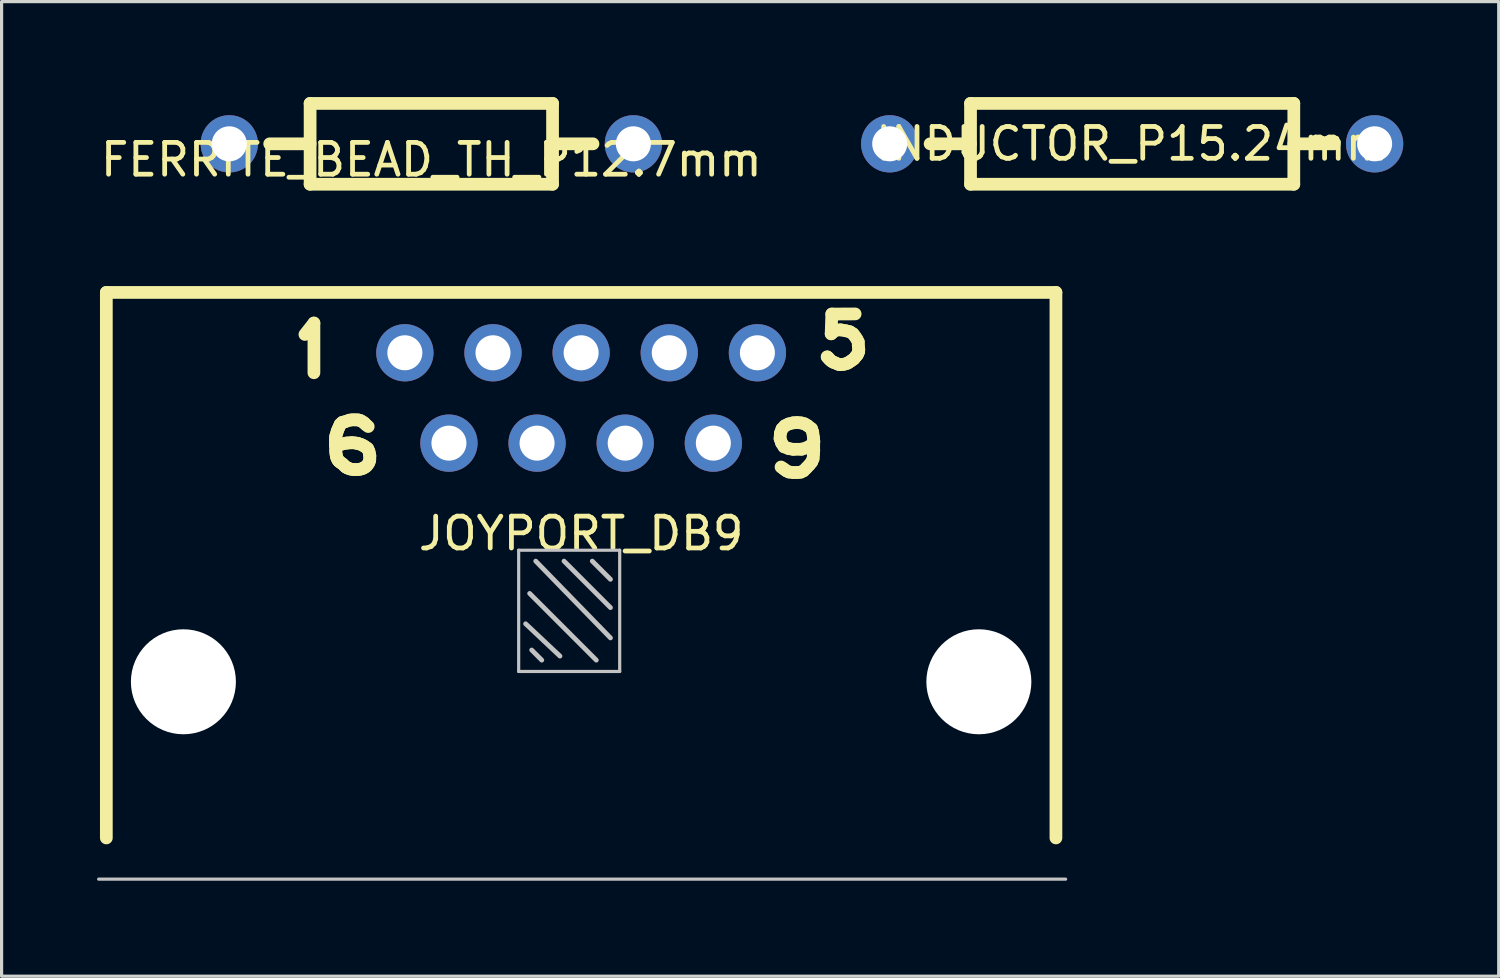
<source format=kicad_pcb>
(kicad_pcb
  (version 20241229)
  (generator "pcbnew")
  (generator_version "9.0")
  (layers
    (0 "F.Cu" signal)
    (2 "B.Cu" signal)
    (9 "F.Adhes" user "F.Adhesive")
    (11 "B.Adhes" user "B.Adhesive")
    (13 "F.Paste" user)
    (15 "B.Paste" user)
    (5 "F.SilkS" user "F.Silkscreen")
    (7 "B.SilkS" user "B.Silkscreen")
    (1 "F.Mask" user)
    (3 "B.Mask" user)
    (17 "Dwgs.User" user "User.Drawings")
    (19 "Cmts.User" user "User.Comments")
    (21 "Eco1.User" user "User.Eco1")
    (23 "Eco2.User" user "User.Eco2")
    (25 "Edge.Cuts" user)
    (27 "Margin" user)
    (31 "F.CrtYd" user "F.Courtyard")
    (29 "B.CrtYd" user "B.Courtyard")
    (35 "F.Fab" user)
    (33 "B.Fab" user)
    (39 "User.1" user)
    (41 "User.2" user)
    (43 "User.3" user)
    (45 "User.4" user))
  (footprint "INDUCTOR_P15.24mm"
    (layer "F.Cu")
    (at 24.912 1.47)
    (property "Reference" "INDUCTOR_P15.24mm" (at 7.62 0 0) (layer "F.SilkS") (effects (font (size 1 1) (thickness 0.15))))
    (attr through_hole)
    (fp_line (start 1.27 0) (end 2.54 0) (stroke (width 0.4) (type solid)) (layer "F.SilkS"))
    (fp_line (start 2.54 -1.27) (end 2.54 1.27) (stroke (width 0.4) (type solid)) (layer "F.SilkS"))
    (fp_line (start 2.54 -1.27) (end 12.7 -1.27) (stroke (width 0.4) (type solid)) (layer "F.SilkS"))
    (fp_line (start 2.54 1.27) (end 12.7 1.27) (stroke (width 0.4) (type solid)) (layer "F.SilkS"))
    (fp_line (start 12.7 -1.27) (end 12.7 1.27) (stroke (width 0.4) (type solid)) (layer "F.SilkS"))
    (fp_line (start 12.7 0) (end 13.97 0) (stroke (width 0.4) (type solid)) (layer "F.SilkS"))
    (pad "1" thru_hole circle (at 0 0) (size 1.8 1.8) (drill 1.1) (layers "*.Cu" "*.Mask"))
    (pad "2" thru_hole circle (at 15.24 0) (size 1.8 1.8) (drill 1.1) (layers "*.Cu" "*.Mask")))
  (footprint "FERRITE_BEAD_TH_P12.7mm"
    (layer "F.Cu")
    (at 10.506 1.47)
    (property "Reference" "FERRITE_BEAD_TH_P12.7mm" (at 0 0.5 0) (layer "F.SilkS") (effects (font (size 1 1) (thickness 0.15))))
    (attr through_hole)
    (fp_line (start -5.08 0) (end -3.81 0) (stroke (width 0.4) (type solid)) (layer "F.SilkS"))
    (fp_line (start -3.81 -1.27) (end 3.81 -1.27) (stroke (width 0.4) (type solid)) (layer "F.SilkS"))
    (fp_line (start -3.81 1.27) (end -3.81 -1.27) (stroke (width 0.4) (type solid)) (layer "F.SilkS"))
    (fp_line (start 3.81 -1.27) (end 3.81 1.27) (stroke (width 0.4) (type solid)) (layer "F.SilkS"))
    (fp_line (start 3.81 0) (end 5.08 0) (stroke (width 0.4) (type solid)) (layer "F.SilkS"))
    (fp_line (start 3.81 1.27) (end -3.81 1.27) (stroke (width 0.4) (type solid)) (layer "F.SilkS"))
    (pad "1" thru_hole circle (at -6.35 0) (size 1.8 1.8) (drill 1.1) (layers "*.Cu" "*.Mask"))
    (pad "2" thru_hole circle (at 6.35 0) (size 1.8 1.8) (drill 1.1) (layers "*.Cu" "*.Mask")))
  (footprint "JOYPORT_DB9"
    (layer "F.Cu")
    (at 15.214 10.877)
    (property "Reference" "JOYPORT_DB9" (at 0 2.84 0) (layer "F.SilkS") (effects (font (size 1 1) (thickness 0.15))))
    (attr through_hole)
    (fp_line (start -14.922 -4.737) (end -14.922 12.408) (stroke (width 0.4) (type solid)) (layer "F.SilkS"))
    (fp_line (start -8.681 -3.416) (end -8.398 -3.774) (stroke (width 0.4) (type solid)) (layer "F.SilkS"))
    (fp_line (start -8.398 -3.774) (end -8.398 -2.212) (stroke (width 0.4) (type solid)) (layer "F.SilkS"))
    (fp_line (start -7.72 -0.107) (end -7.718 -0.056) (stroke (width 0.4) (type solid)) (layer "F.SilkS"))
    (fp_line (start -7.72 0.074) (end -7.712 0.23) (stroke (width 0.4) (type solid)) (layer "F.SilkS"))
    (fp_line (start -7.718 -0.176) (end -7.72 -0.107) (stroke (width 0.4) (type solid)) (layer "F.SilkS"))
    (fp_line (start -7.718 -0.056) (end -7.718 0.036) (stroke (width 0.4) (type solid)) (layer "F.SilkS"))
    (fp_line (start -7.718 0.036) (end -7.72 0.074) (stroke (width 0.4) (type solid)) (layer "F.SilkS"))
    (fp_line (start -7.712 0.23) (end -7.707 0.302) (stroke (width 0.4) (type solid)) (layer "F.SilkS"))
    (fp_line (start -7.707 -0.239) (end -7.718 -0.176) (stroke (width 0.4) (type solid)) (layer "F.SilkS"))
    (fp_line (start -7.707 0.302) (end -7.699 0.369) (stroke (width 0.4) (type solid)) (layer "F.SilkS"))
    (fp_line (start -7.699 0.369) (end -7.685 0.438) (stroke (width 0.4) (type solid)) (layer "F.SilkS"))
    (fp_line (start -7.685 0.438) (end -7.667 0.48) (stroke (width 0.4) (type solid)) (layer "F.SilkS"))
    (fp_line (start -7.676 -0.324) (end -7.707 -0.239) (stroke (width 0.4) (type solid)) (layer "F.SilkS"))
    (fp_line (start -7.667 -0.377) (end -7.676 -0.324) (stroke (width 0.4) (type solid)) (layer "F.SilkS"))
    (fp_line (start -7.667 0.48) (end -7.641 0.534) (stroke (width 0.4) (type solid)) (layer "F.SilkS"))
    (fp_line (start -7.641 0.534) (end -7.609 0.573) (stroke (width 0.4) (type solid)) (layer "F.SilkS"))
    (fp_line (start -7.633 -0.453) (end -7.667 -0.377) (stroke (width 0.4) (type solid)) (layer "F.SilkS"))
    (fp_line (start -7.609 0.573) (end -7.571 0.602) (stroke (width 0.4) (type solid)) (layer "F.SilkS"))
    (fp_line (start -7.602 -0.52) (end -7.633 -0.453) (stroke (width 0.4) (type solid)) (layer "F.SilkS"))
    (fp_line (start -7.573 -0.591) (end -7.602 -0.52) (stroke (width 0.4) (type solid)) (layer "F.SilkS"))
    (fp_line (start -7.571 0.602) (end -7.517 0.639) (stroke (width 0.4) (type solid)) (layer "F.SilkS"))
    (fp_line (start -7.517 0.639) (end -7.479 0.67) (stroke (width 0.4) (type solid)) (layer "F.SilkS"))
    (fp_line (start -7.508 -0.652) (end -7.573 -0.591) (stroke (width 0.4) (type solid)) (layer "F.SilkS"))
    (fp_line (start -7.498 0.022) (end -7.587 0.058) (stroke (width 0.4) (type solid)) (layer "F.SilkS"))
    (fp_line (start -7.479 0.67) (end -7.431 0.719) (stroke (width 0.4) (type solid)) (layer "F.SilkS"))
    (fp_line (start -7.431 0.719) (end -7.397 0.75) (stroke (width 0.4) (type solid)) (layer "F.SilkS"))
    (fp_line (start -7.42 -0.674) (end -7.508 -0.652) (stroke (width 0.4) (type solid)) (layer "F.SilkS"))
    (fp_line (start -7.397 0.75) (end -7.357 0.773) (stroke (width 0.4) (type solid)) (layer "F.SilkS"))
    (fp_line (start -7.391 -0.0001) (end -7.498 0.022) (stroke (width 0.4) (type solid)) (layer "F.SilkS"))
    (fp_line (start -7.357 0.773) (end -7.312 0.793) (stroke (width 0.4) (type solid)) (layer "F.SilkS"))
    (fp_line (start -7.334 -0.005) (end -7.391 -0.0001) (stroke (width 0.4) (type solid)) (layer "F.SilkS"))
    (fp_line (start -7.312 0.793) (end -7.239 0.817) (stroke (width 0.4) (type solid)) (layer "F.SilkS"))
    (fp_line (start -7.285 -0.721) (end -7.42 -0.674) (stroke (width 0.4) (type solid)) (layer "F.SilkS"))
    (fp_line (start -7.239 0.817) (end -7.145 0.83) (stroke (width 0.4) (type solid)) (layer "F.SilkS"))
    (fp_line (start -7.234 -0.011) (end -7.334 -0.005) (stroke (width 0.4) (type solid)) (layer "F.SilkS"))
    (fp_line (start -7.201 -0.013) (end -7.234 -0.011) (stroke (width 0.4) (type solid)) (layer "F.SilkS"))
    (fp_line (start -7.199 -0.732) (end -7.285 -0.721) (stroke (width 0.4) (type solid)) (layer "F.SilkS"))
    (fp_line (start -7.145 0.83) (end -7.037 0.83) (stroke (width 0.4) (type solid)) (layer "F.SilkS"))
    (fp_line (start -7.114 -0.007) (end -7.201 -0.013) (stroke (width 0.4) (type solid)) (layer "F.SilkS"))
    (fp_line (start -7.107 -0.732) (end -7.199 -0.732) (stroke (width 0.4) (type solid)) (layer "F.SilkS"))
    (fp_line (start -7.042 0.004) (end -7.114 -0.007) (stroke (width 0.4) (type solid)) (layer "F.SilkS"))
    (fp_line (start -7.037 0.83) (end -6.944 0.819) (stroke (width 0.4) (type solid)) (layer "F.SilkS"))
    (fp_line (start -7.016 0.009) (end -7.042 0.004) (stroke (width 0.4) (type solid)) (layer "F.SilkS"))
    (fp_line (start -7.011 -0.73) (end -7.107 -0.732) (stroke (width 0.4) (type solid)) (layer "F.SilkS"))
    (fp_line (start -6.944 0.819) (end -6.873 0.799) (stroke (width 0.4) (type solid)) (layer "F.SilkS"))
    (fp_line (start -6.942 -0.712) (end -7.011 -0.73) (stroke (width 0.4) (type solid)) (layer "F.SilkS"))
    (fp_line (start -6.906 0.047) (end -7.016 0.009) (stroke (width 0.4) (type solid)) (layer "F.SilkS"))
    (fp_line (start -6.886 -0.681) (end -6.942 -0.712) (stroke (width 0.4) (type solid)) (layer "F.SilkS"))
    (fp_line (start -6.873 0.799) (end -6.817 0.77) (stroke (width 0.4) (type solid)) (layer "F.SilkS"))
    (fp_line (start -6.834 0.083) (end -6.906 0.047) (stroke (width 0.4) (type solid)) (layer "F.SilkS"))
    (fp_line (start -6.817 -0.636) (end -6.886 -0.681) (stroke (width 0.4) (type solid)) (layer "F.SilkS"))
    (fp_line (start -6.817 0.77) (end -6.765 0.737) (stroke (width 0.4) (type solid)) (layer "F.SilkS"))
    (fp_line (start -6.772 0.125) (end -6.834 0.083) (stroke (width 0.4) (type solid)) (layer "F.SilkS"))
    (fp_line (start -6.765 -0.582) (end -6.817 -0.636) (stroke (width 0.4) (type solid)) (layer "F.SilkS"))
    (fp_line (start -6.765 0.737) (end -6.727 0.698) (stroke (width 0.4) (type solid)) (layer "F.SilkS"))
    (fp_line (start -6.727 0.698) (end -6.683 0.636) (stroke (width 0.4) (type solid)) (layer "F.SilkS"))
    (fp_line (start -6.709 0.169) (end -6.772 0.125) (stroke (width 0.4) (type solid)) (layer "F.SilkS"))
    (fp_line (start -6.692 -0.522) (end -6.765 -0.582) (stroke (width 0.4) (type solid)) (layer "F.SilkS"))
    (fp_line (start -6.683 0.636) (end -6.658 0.578) (stroke (width 0.4) (type solid)) (layer "F.SilkS"))
    (fp_line (start -6.669 0.257) (end -6.709 0.169) (stroke (width 0.4) (type solid)) (layer "F.SilkS"))
    (fp_line (start -6.658 0.578) (end -6.643 0.514) (stroke (width 0.4) (type solid)) (layer "F.SilkS"))
    (fp_line (start -6.656 0.333) (end -6.669 0.257) (stroke (width 0.4) (type solid)) (layer "F.SilkS"))
    (fp_line (start -6.643 0.514) (end -6.64 0.4) (stroke (width 0.4) (type solid)) (layer "F.SilkS"))
    (fp_line (start -6.64 0.4) (end -6.656 0.333) (stroke (width 0.4) (type solid)) (layer "F.SilkS"))
    (fp_line (start 6.252 -0.141) (end 6.262 -0.308) (stroke (width 0.4) (type solid)) (layer "F.SilkS"))
    (fp_line (start 6.262 -0.308) (end 6.313 -0.449) (stroke (width 0.4) (type solid)) (layer "F.SilkS"))
    (fp_line (start 6.3 -0.005) (end 6.252 -0.141) (stroke (width 0.4) (type solid)) (layer "F.SilkS"))
    (fp_line (start 6.313 -0.449) (end 6.404 -0.545) (stroke (width 0.4) (type solid)) (layer "F.SilkS"))
    (fp_line (start 6.364 0.806) (end 6.283 0.75) (stroke (width 0.4) (type solid)) (layer "F.SilkS"))
    (fp_line (start 6.376 0.114) (end 6.3 -0.005) (stroke (width 0.4) (type solid)) (layer "F.SilkS"))
    (fp_line (start 6.404 -0.545) (end 6.522 -0.603) (stroke (width 0.4) (type solid)) (layer "F.SilkS"))
    (fp_line (start 6.444 0.867) (end 6.364 0.806) (stroke (width 0.4) (type solid)) (layer "F.SilkS"))
    (fp_line (start 6.522 -0.603) (end 6.667 -0.639) (stroke (width 0.4) (type solid)) (layer "F.SilkS"))
    (fp_line (start 6.528 0.172) (end 6.376 0.114) (stroke (width 0.4) (type solid)) (layer "F.SilkS"))
    (fp_line (start 6.528 0.907) (end 6.444 0.867) (stroke (width 0.4) (type solid)) (layer "F.SilkS"))
    (fp_line (start 6.667 -0.639) (end 6.79 -0.646) (stroke (width 0.4) (type solid)) (layer "F.SilkS"))
    (fp_line (start 6.667 0.195) (end 6.528 0.172) (stroke (width 0.4) (type solid)) (layer "F.SilkS"))
    (fp_line (start 6.669 0.924) (end 6.528 0.907) (stroke (width 0.4) (type solid)) (layer "F.SilkS"))
    (fp_line (start 6.788 0.924) (end 6.669 0.924) (stroke (width 0.4) (type solid)) (layer "F.SilkS"))
    (fp_line (start 6.79 -0.646) (end 6.914 -0.636) (stroke (width 0.4) (type solid)) (layer "F.SilkS"))
    (fp_line (start 6.904 0.912) (end 6.788 0.924) (stroke (width 0.4) (type solid)) (layer "F.SilkS"))
    (fp_line (start 6.914 -0.636) (end 7.02 -0.608) (stroke (width 0.4) (type solid)) (layer "F.SilkS"))
    (fp_line (start 6.927 0.192) (end 6.667 0.195) (stroke (width 0.4) (type solid)) (layer "F.SilkS"))
    (fp_line (start 6.992 0.869) (end 6.904 0.912) (stroke (width 0.4) (type solid)) (layer "F.SilkS"))
    (fp_line (start 7.02 -0.608) (end 7.114 -0.553) (stroke (width 0.4) (type solid)) (layer "F.SilkS"))
    (fp_line (start 7.083 0.778) (end 6.992 0.869) (stroke (width 0.4) (type solid)) (layer "F.SilkS"))
    (fp_line (start 7.101 0.142) (end 6.927 0.192) (stroke (width 0.4) (type solid)) (layer "F.SilkS"))
    (fp_line (start 7.114 -0.553) (end 7.24 -0.454) (stroke (width 0.4) (type solid)) (layer "F.SilkS"))
    (fp_line (start 7.167 0.69) (end 7.083 0.778) (stroke (width 0.4) (type solid)) (layer "F.SilkS"))
    (fp_line (start 7.24 -0.454) (end 7.278 -0.346) (stroke (width 0.4) (type solid)) (layer "F.SilkS"))
    (fp_line (start 7.245 0.594) (end 7.167 0.69) (stroke (width 0.4) (type solid)) (layer "F.SilkS"))
    (fp_line (start 7.278 -0.346) (end 7.303 -0.164) (stroke (width 0.4) (type solid)) (layer "F.SilkS"))
    (fp_line (start 7.278 0.031) (end 7.101 0.142) (stroke (width 0.4) (type solid)) (layer "F.SilkS"))
    (fp_line (start 7.29 0.49) (end 7.245 0.594) (stroke (width 0.4) (type solid)) (layer "F.SilkS"))
    (fp_line (start 7.3 0.354) (end 7.29 0.49) (stroke (width 0.4) (type solid)) (layer "F.SilkS"))
    (fp_line (start 7.303 -0.164) (end 7.313 -0.053) (stroke (width 0.4) (type solid)) (layer "F.SilkS"))
    (fp_line (start 7.308 0.063) (end 7.31 0.233) (stroke (width 0.4) (type solid)) (layer "F.SilkS"))
    (fp_line (start 7.31 0.233) (end 7.3 0.354) (stroke (width 0.4) (type solid)) (layer "F.SilkS"))
    (fp_line (start 7.313 -0.053) (end 7.308 0.063) (stroke (width 0.4) (type solid)) (layer "F.SilkS"))
    (fp_line (start 7.739 -2.708) (end 7.731 -2.712) (stroke (width 0.4) (type solid)) (layer "F.SilkS"))
    (fp_line (start 7.775 -2.672) (end 7.739 -2.708) (stroke (width 0.4) (type solid)) (layer "F.SilkS"))
    (fp_line (start 7.799 -2.64) (end 7.775 -2.672) (stroke (width 0.4) (type solid)) (layer "F.SilkS"))
    (fp_line (start 7.83 -2.612) (end 7.799 -2.64) (stroke (width 0.4) (type solid)) (layer "F.SilkS"))
    (fp_line (start 7.858 -3.436) (end 8.006 -3.556) (stroke (width 0.4) (type solid)) (layer "F.SilkS"))
    (fp_line (start 7.87 -2.576) (end 7.83 -2.612) (stroke (width 0.4) (type solid)) (layer "F.SilkS"))
    (fp_line (start 7.878 -4.057) (end 7.858 -3.436) (stroke (width 0.4) (type solid)) (layer "F.SilkS"))
    (fp_line (start 7.93 -2.541) (end 7.87 -2.576) (stroke (width 0.4) (type solid)) (layer "F.SilkS"))
    (fp_line (start 7.99 -2.521) (end 7.93 -2.541) (stroke (width 0.4) (type solid)) (layer "F.SilkS"))
    (fp_line (start 8.006 -3.556) (end 8.157 -3.56) (stroke (width 0.4) (type solid)) (layer "F.SilkS"))
    (fp_line (start 8.065 -2.485) (end 7.99 -2.521) (stroke (width 0.4) (type solid)) (layer "F.SilkS"))
    (fp_line (start 8.125 -2.469) (end 8.065 -2.485) (stroke (width 0.4) (type solid)) (layer "F.SilkS"))
    (fp_line (start 8.157 -3.56) (end 8.316 -3.532) (stroke (width 0.4) (type solid)) (layer "F.SilkS"))
    (fp_line (start 8.189 -2.473) (end 8.125 -2.469) (stroke (width 0.4) (type solid)) (layer "F.SilkS"))
    (fp_line (start 8.268 -2.481) (end 8.189 -2.473) (stroke (width 0.4) (type solid)) (layer "F.SilkS"))
    (fp_line (start 8.316 -3.532) (end 8.447 -3.5) (stroke (width 0.4) (type solid)) (layer "F.SilkS"))
    (fp_line (start 8.352 -2.505) (end 8.268 -2.481) (stroke (width 0.4) (type solid)) (layer "F.SilkS"))
    (fp_line (start 8.4 -2.529) (end 8.352 -2.505) (stroke (width 0.4) (type solid)) (layer "F.SilkS"))
    (fp_line (start 8.447 -3.5) (end 8.547 -3.436) (stroke (width 0.4) (type solid)) (layer "F.SilkS"))
    (fp_line (start 8.471 -2.576) (end 8.4 -2.529) (stroke (width 0.4) (type solid)) (layer "F.SilkS"))
    (fp_line (start 8.547 -3.436) (end 8.603 -3.361) (stroke (width 0.4) (type solid)) (layer "F.SilkS"))
    (fp_line (start 8.551 -2.632) (end 8.471 -2.576) (stroke (width 0.4) (type solid)) (layer "F.SilkS"))
    (fp_line (start 8.583 -2.66) (end 8.551 -2.632) (stroke (width 0.4) (type solid)) (layer "F.SilkS"))
    (fp_line (start 8.603 -3.361) (end 8.662 -3.273) (stroke (width 0.4) (type solid)) (layer "F.SilkS"))
    (fp_line (start 8.611 -4.061) (end 7.878 -4.057) (stroke (width 0.4) (type solid)) (layer "F.SilkS"))
    (fp_line (start 8.634 -2.724) (end 8.583 -2.66) (stroke (width 0.4) (type solid)) (layer "F.SilkS"))
    (fp_line (start 8.662 -3.273) (end 8.71 -3.182) (stroke (width 0.4) (type solid)) (layer "F.SilkS"))
    (fp_line (start 8.682 -2.78) (end 8.634 -2.724) (stroke (width 0.4) (type solid)) (layer "F.SilkS"))
    (fp_line (start 8.71 -3.182) (end 8.71 -3.07) (stroke (width 0.4) (type solid)) (layer "F.SilkS"))
    (fp_line (start 8.71 -3.07) (end 8.726 -2.947) (stroke (width 0.4) (type solid)) (layer "F.SilkS"))
    (fp_line (start 8.722 -2.875) (end 8.682 -2.78) (stroke (width 0.4) (type solid)) (layer "F.SilkS"))
    (fp_line (start 8.726 -2.947) (end 8.722 -2.875) (stroke (width 0.4) (type solid)) (layer "F.SilkS"))
    (fp_line (start 14.922 -4.737) (end -14.922 -4.737) (stroke (width 0.4) (type solid)) (layer "F.SilkS"))
    (fp_line (start 14.922 12.408) (end 14.922 -4.737) (stroke (width 0.4) (type solid)) (layer "F.SilkS"))
    (fp_line (start -1.963 3.366) (end 1.212 3.366) (stroke (width 0.1) (type solid)) (layer "Dwgs.User"))
    (fp_line (start -1.963 7.176) (end -1.963 3.366) (stroke (width 0.1) (type solid)) (layer "Dwgs.User"))
    (fp_line (start -1.745 5.677) (end -0.665 6.693) (stroke (width 0.15) (type solid)) (layer "Dwgs.User"))
    (fp_line (start -1.618 4.724) (end 0.477 6.82) (stroke (width 0.15) (type solid)) (layer "Dwgs.User"))
    (fp_line (start -1.554 6.502) (end -1.237 6.82) (stroke (width 0.15) (type solid)) (layer "Dwgs.User"))
    (fp_line (start -1.427 3.708) (end 0.922 6.121) (stroke (width 0.15) (type solid)) (layer "Dwgs.User"))
    (fp_line (start -0.538 3.708) (end 0.922 5.169) (stroke (width 0.15) (type solid)) (layer "Dwgs.User"))
    (fp_line (start 0.35 3.708) (end 0.922 4.28) (stroke (width 0.15) (type solid)) (layer "Dwgs.User"))
    (fp_line (start 1.212 3.366) (end 1.212 7.176) (stroke (width 0.1) (type solid)) (layer "Dwgs.User"))
    (fp_line (start 1.212 7.176) (end -1.963 7.176) (stroke (width 0.1) (type solid)) (layer "Dwgs.User"))
    (fp_line (start 15.227 13.703) (end -15.164 13.703) (stroke (width 0.1) (type solid)) (layer "Dwgs.User"))
    (pad "" np_thru_hole circle (at -12.5 7.5) (size 3.3 3.3) (drill 3.3) (layers "*.Cu" "*.Mask"))
    (pad "" np_thru_hole circle (at 12.5 7.5) (size 3.3 3.3) (drill 3.3) (layers "*.Cu" "*.Mask"))
    (pad "1" thru_hole circle (at -5.54 -2.84) (size 1.8 1.8) (drill 1.1) (layers "*.Cu" "*.Mask"))
    (pad "2" thru_hole circle (at -2.77 -2.84) (size 1.8 1.8) (drill 1.1) (layers "*.Cu" "*.Mask"))
    (pad "3" thru_hole circle (at 0 -2.84) (size 1.8 1.8) (drill 1.1) (layers "*.Cu" "*.Mask"))
    (pad "4" thru_hole circle (at 2.77 -2.84) (size 1.8 1.8) (drill 1.1) (layers "*.Cu" "*.Mask"))
    (pad "5" thru_hole circle (at 5.54 -2.84) (size 1.8 1.8) (drill 1.1) (layers "*.Cu" "*.Mask"))
    (pad "6" thru_hole circle (at -4.155 0) (size 1.8 1.8) (drill 1.1) (layers "*.Cu" "*.Mask"))
    (pad "7" thru_hole circle (at -1.385 0) (size 1.8 1.8) (drill 1.1) (layers "*.Cu" "*.Mask"))
    (pad "8" thru_hole circle (at 1.385 0) (size 1.8 1.8) (drill 1.1) (layers "*.Cu" "*.Mask"))
    (pad "9" thru_hole circle (at 4.155 0) (size 1.8 1.8) (drill 1.1) (layers "*.Cu" "*.Mask")))
  (gr_rect
    (start -3 -3)
    (end 44.052 27.63)
    (stroke (width 0.1) (type default))
    (fill no)
    (layer "Edge.Cuts")))
</source>
